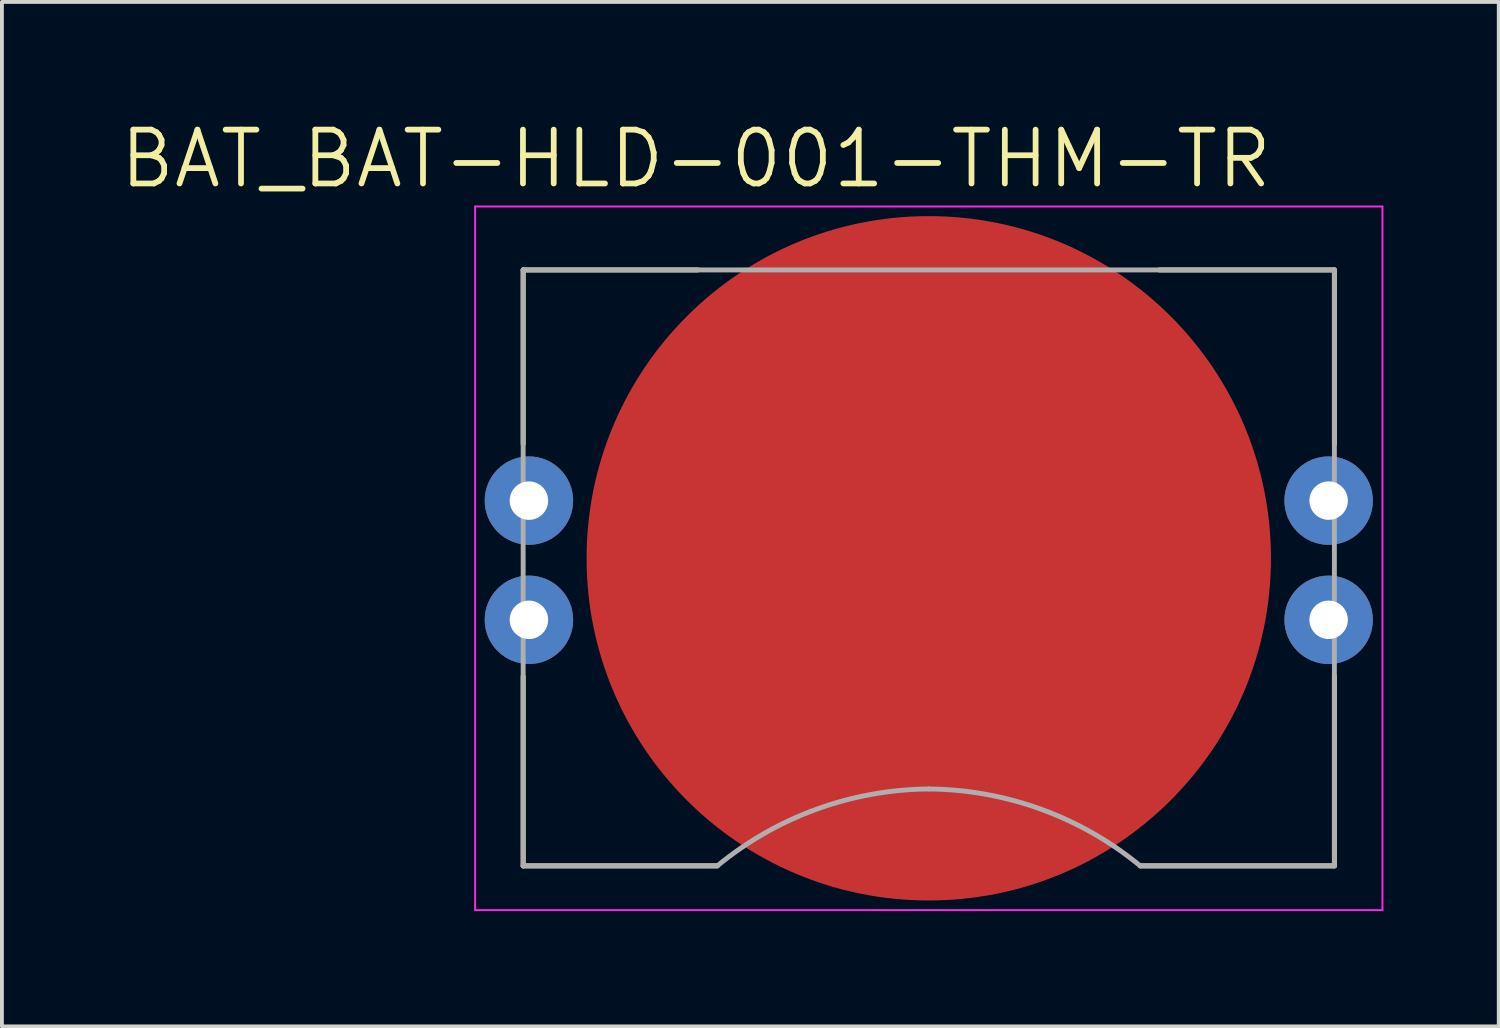
<source format=kicad_pcb>
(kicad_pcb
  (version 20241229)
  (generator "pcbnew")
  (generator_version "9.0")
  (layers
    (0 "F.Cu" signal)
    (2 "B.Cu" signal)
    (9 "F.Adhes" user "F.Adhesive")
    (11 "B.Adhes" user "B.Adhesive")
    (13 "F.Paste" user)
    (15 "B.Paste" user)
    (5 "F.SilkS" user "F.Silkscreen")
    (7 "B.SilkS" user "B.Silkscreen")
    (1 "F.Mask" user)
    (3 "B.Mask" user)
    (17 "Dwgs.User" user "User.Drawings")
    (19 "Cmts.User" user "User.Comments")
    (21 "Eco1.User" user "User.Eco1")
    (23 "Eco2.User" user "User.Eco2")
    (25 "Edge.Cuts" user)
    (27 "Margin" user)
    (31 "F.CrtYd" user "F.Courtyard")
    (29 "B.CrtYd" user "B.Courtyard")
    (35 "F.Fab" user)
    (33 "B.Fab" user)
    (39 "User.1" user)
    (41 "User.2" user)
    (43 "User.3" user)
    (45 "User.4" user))
  (footprint "BAT_BAT-HLD-001-THM-TR"
    (layer "F.Cu")
    (at 21.107 11.471)
    (property "Reference" "BAT_BAT-HLD-001-THM-TR" (at -6.055 -10.389 0) (layer "F.SilkS") (effects (font (size 1.4 1.4) (thickness 0.15))))
    (attr through_hole)
    (fp_line (start -10.55 -7.5) (end -6 -7.5) (stroke (width 0.127) (type solid)) (layer "F.SilkS"))
    (fp_line (start -10.55 -2.97) (end -10.55 -7.5) (stroke (width 0.127) (type solid)) (layer "F.SilkS"))
    (fp_line (start -10.55 3.07) (end -10.55 8) (stroke (width 0.127) (type solid)) (layer "F.SilkS"))
    (fp_line (start -10.55 8) (end -5.5 8) (stroke (width 0.127) (type solid)) (layer "F.SilkS"))
    (fp_line (start 5.5 8) (end 10.55 8) (stroke (width 0.127) (type solid)) (layer "F.SilkS"))
    (fp_line (start 6 -7.5) (end 10.55 -7.5) (stroke (width 0.127) (type solid)) (layer "F.SilkS"))
    (fp_line (start 10.55 -7.5) (end 10.55 -2.97) (stroke (width 0.127) (type solid)) (layer "F.SilkS"))
    (fp_line (start 10.55 8) (end 10.55 3.07) (stroke (width 0.127) (type solid)) (layer "F.SilkS"))
    (fp_line (start -11.8 -9.15) (end 11.8 -9.15) (stroke (width 0.05) (type solid)) (layer "F.CrtYd"))
    (fp_line (start -11.8 9.15) (end -11.8 -9.15) (stroke (width 0.05) (type solid)) (layer "F.CrtYd"))
    (fp_line (start 11.8 -9.15) (end 11.8 9.15) (stroke (width 0.05) (type solid)) (layer "F.CrtYd"))
    (fp_line (start 11.8 9.15) (end -11.8 9.15) (stroke (width 0.05) (type solid)) (layer "F.CrtYd"))
    (fp_line (start -10.55 -7.5) (end 10.55 -7.5) (stroke (width 0.127) (type solid)) (layer "F.Fab"))
    (fp_line (start -10.55 8) (end -10.55 -7.5) (stroke (width 0.127) (type solid)) (layer "F.Fab"))
    (fp_line (start -5.5 8) (end -10.55 8) (stroke (width 0.127) (type solid)) (layer "F.Fab"))
    (fp_line (start 10.55 -7.5) (end 10.55 8) (stroke (width 0.127) (type solid)) (layer "F.Fab"))
    (fp_line (start 10.55 8) (end 5.5 8) (stroke (width 0.127) (type solid)) (layer "F.Fab"))
    (fp_arc (start -5.5 8) (mid -2.922027 6.526926) (end 0 6) (stroke (width 0.127) (type solid)) (layer "F.Fab"))
    (fp_arc (start 0 6) (mid 2.922027 6.526926) (end 5.5 8) (stroke (width 0.127) (type solid)) (layer "F.Fab"))
    (pad "N" smd circle (at 0 0) (size 17.8 17.8) (layers "F.Cu" "F.Mask"))
    (pad "P1" thru_hole circle (at -10.4 -1.5) (size 2.3 2.3) (drill 1) (layers "*.Cu" "*.Mask"))
    (pad "P2" thru_hole circle (at -10.4 1.6) (size 2.3 2.3) (drill 1) (layers "*.Cu" "*.Mask"))
    (pad "P3" thru_hole circle (at 10.4 1.6) (size 2.3 2.3) (drill 1) (layers "*.Cu" "*.Mask"))
    (pad "P4" thru_hole circle (at 10.4 -1.5) (size 2.3 2.3) (drill 1) (layers "*.Cu" "*.Mask")))
  (gr_rect
    (start -3 -3)
    (end 35.932 23.646)
    (stroke (width 0.1) (type default))
    (fill no)
    (layer "Edge.Cuts")))
</source>
